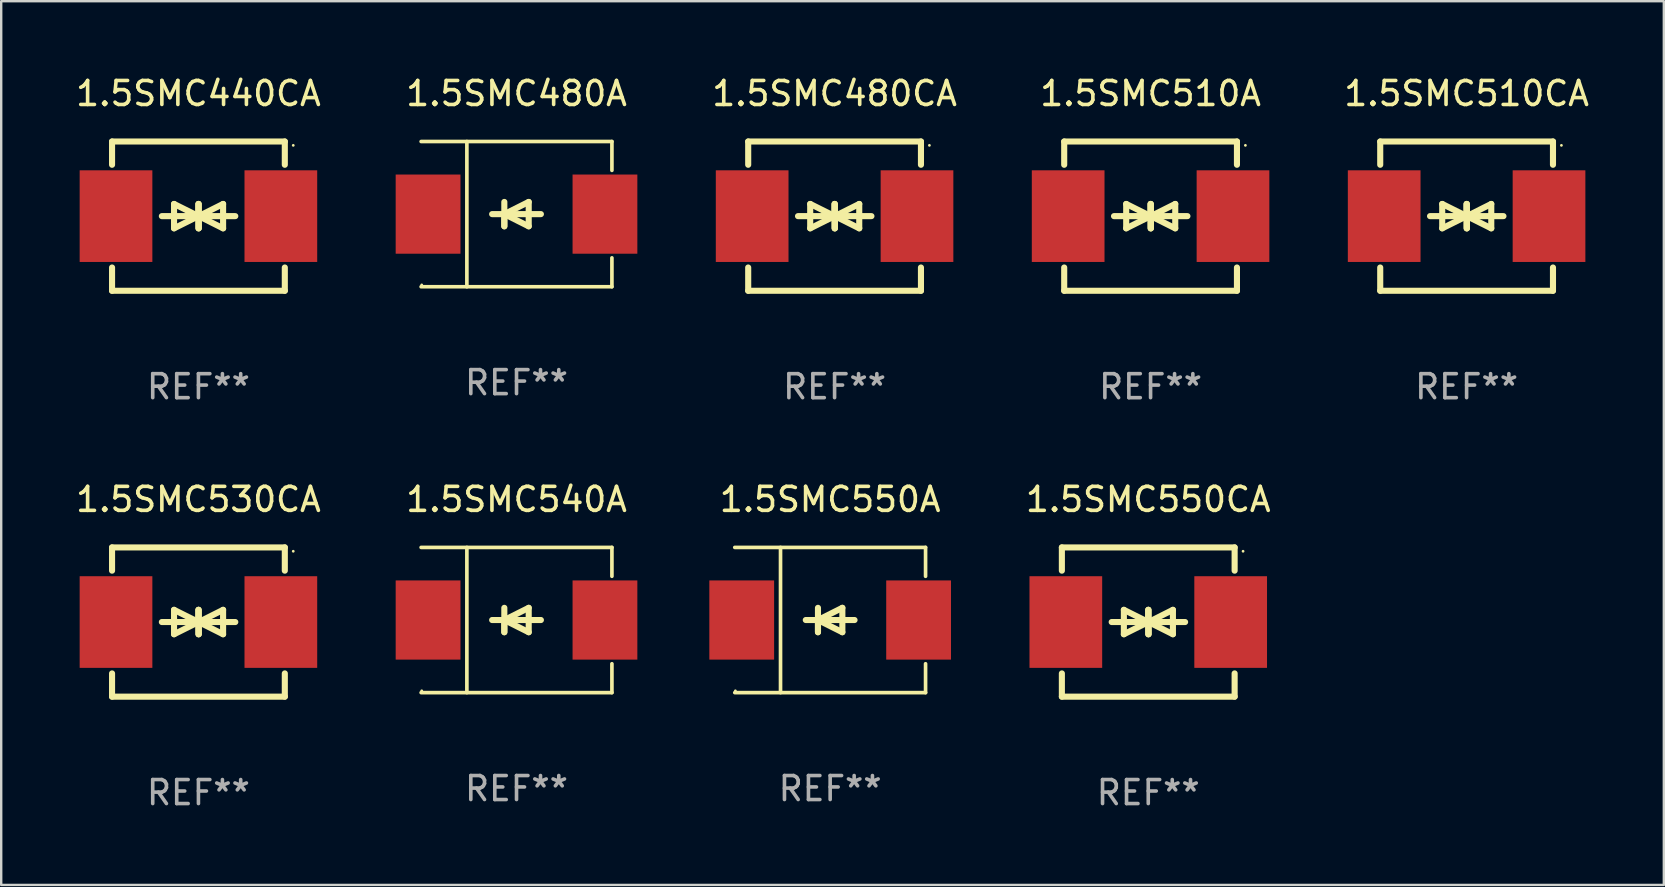
<source format=kicad_pcb>
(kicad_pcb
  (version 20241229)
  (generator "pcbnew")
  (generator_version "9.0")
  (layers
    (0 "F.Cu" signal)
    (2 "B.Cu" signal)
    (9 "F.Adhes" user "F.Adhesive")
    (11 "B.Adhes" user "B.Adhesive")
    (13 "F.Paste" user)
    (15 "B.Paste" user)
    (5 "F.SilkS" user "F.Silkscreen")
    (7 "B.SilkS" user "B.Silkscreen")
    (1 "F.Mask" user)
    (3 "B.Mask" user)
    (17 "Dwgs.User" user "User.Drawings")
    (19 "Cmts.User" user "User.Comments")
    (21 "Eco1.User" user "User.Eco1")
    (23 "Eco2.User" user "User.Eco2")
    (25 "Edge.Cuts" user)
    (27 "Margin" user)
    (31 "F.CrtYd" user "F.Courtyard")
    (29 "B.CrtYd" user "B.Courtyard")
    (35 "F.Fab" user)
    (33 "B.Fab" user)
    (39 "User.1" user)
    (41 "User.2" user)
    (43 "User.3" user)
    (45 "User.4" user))
  (footprint "1.5SMC550A"
    (layer "F.Cu")
    (at 31.549 22.791)
    (property "Reference" "1.5SMC550A" (at 0 -5.026 0) (layer "F.SilkS") (effects (font (size 1 1) (thickness 0.15))))
    (attr through_hole)
    (fp_line (start -3.976 -3.026) (end 3.976 -3.026) (stroke (width 0.152) (type solid)) (layer "F.SilkS"))
    (fp_line (start -3.976 3.026) (end 3.976 3.026) (stroke (width 0.152) (type solid)) (layer "F.SilkS"))
    (fp_line (start -2.069 -3.026) (end -2.069 3.026) (stroke (width 0.152) (type solid)) (layer "F.SilkS"))
    (fp_line (start -0.508 0) (end -0.508 0.508) (stroke (width 0.254) (type solid)) (layer "F.SilkS"))
    (fp_line (start -0.508 0) (end 0.508 0.508) (stroke (width 0.254) (type solid)) (layer "F.SilkS"))
    (fp_line (start -0.508 0.508) (end -0.508 -0.508) (stroke (width 0.254) (type solid)) (layer "F.SilkS"))
    (fp_line (start 0.508 -0.508) (end -0.508 0) (stroke (width 0.254) (type solid)) (layer "F.SilkS"))
    (fp_line (start 0.508 0.508) (end 0.508 -0.508) (stroke (width 0.254) (type solid)) (layer "F.SilkS"))
    (fp_line (start 1.016 0) (end -1.016 0) (stroke (width 0.254) (type solid)) (layer "F.SilkS"))
    (fp_line (start 3.976 -3.026) (end 3.976 -1.823) (stroke (width 0.152) (type solid)) (layer "F.SilkS"))
    (fp_line (start 3.976 3.026) (end 3.976 1.823) (stroke (width 0.152) (type solid)) (layer "F.SilkS"))
    (fp_circle (center -3.95 2.95) (end -3.92 2.95) (stroke (width 0.06) (type solid)) (fill no) (layer "F.SilkS"))
    (fp_text user "REF**" (at 0 7.026 0) (layer "F.Fab") (effects (font (size 1 1) (thickness 0.15))))
    (pad "1" smd rect (at -3.686 0) (size 2.7 3.3) (layers "F.Cu" "F.Mask" "F.Paste"))
    (pad "2" smd rect (at 3.686 0) (size 2.7 3.3) (layers "F.Cu" "F.Mask" "F.Paste")))
  (footprint "1.5SMC510CA"
    (layer "F.Cu")
    (at 58.074 5.958)
    (property "Reference" "1.5SMC510CA" (at 0 -5.11 0) (layer "F.SilkS") (effects (font (size 1 1) (thickness 0.15))))
    (attr through_hole)
    (fp_line (start -3.6 -2.141) (end -3.6 -3.11) (stroke (width 0.254) (type solid)) (layer "F.SilkS"))
    (fp_line (start -3.6 3.11) (end -3.6 2.141) (stroke (width 0.254) (type solid)) (layer "F.SilkS"))
    (fp_line (start -1.524 0) (end 0.508 0) (stroke (width 0.254) (type solid)) (layer "F.SilkS"))
    (fp_line (start -1.016 -0.508) (end -1.016 0.508) (stroke (width 0.254) (type solid)) (layer "F.SilkS"))
    (fp_line (start -1.016 0.508) (end 0 0) (stroke (width 0.254) (type solid)) (layer "F.SilkS"))
    (fp_line (start 0 -0.508) (end 0 0.508) (stroke (width 0.254) (type solid)) (layer "F.SilkS"))
    (fp_line (start 0 0) (end -1.016 -0.508) (stroke (width 0.254) (type solid)) (layer "F.SilkS"))
    (fp_line (start 0 0) (end 0 -0.508) (stroke (width 0.254) (type solid)) (layer "F.SilkS"))
    (fp_line (start 0.012 0) (end 0.012 0.508) (stroke (width 0.254) (type solid)) (layer "F.SilkS"))
    (fp_line (start 0.012 0) (end 1.028 0.508) (stroke (width 0.254) (type solid)) (layer "F.SilkS"))
    (fp_line (start 0.012 0.508) (end 0.012 -0.508) (stroke (width 0.254) (type solid)) (layer "F.SilkS"))
    (fp_line (start 1.028 -0.508) (end 0.012 0) (stroke (width 0.254) (type solid)) (layer "F.SilkS"))
    (fp_line (start 1.028 0.508) (end 1.028 -0.508) (stroke (width 0.254) (type solid)) (layer "F.SilkS"))
    (fp_line (start 1.536 0) (end -0.496 0) (stroke (width 0.254) (type solid)) (layer "F.SilkS"))
    (fp_line (start 3.6 -3.11) (end -3.6 -3.11) (stroke (width 0.254) (type solid)) (layer "F.SilkS"))
    (fp_line (start 3.6 -2.141) (end 3.6 -3.11) (stroke (width 0.254) (type solid)) (layer "F.SilkS"))
    (fp_line (start 3.6 3.11) (end -3.6 3.11) (stroke (width 0.254) (type solid)) (layer "F.SilkS"))
    (fp_line (start 3.6 3.11) (end 3.6 2.141) (stroke (width 0.254) (type solid)) (layer "F.SilkS"))
    (fp_circle (center 3.952 -2.95) (end 3.982 -2.95) (stroke (width 0.06) (type solid)) (fill no) (layer "F.SilkS"))
    (fp_text user "REF**" (at 0 7.11 0) (layer "F.Fab") (effects (font (size 1 1) (thickness 0.15))))
    (pad "1" smd rect (at 3.435 0) (size 3.03 3.82) (layers "F.Cu" "F.Mask" "F.Paste"))
    (pad "2" smd rect (at -3.435 0) (size 3.03 3.82) (layers "F.Cu" "F.Mask" "F.Paste")))
  (footprint "1.5SMC480CA"
    (layer "F.Cu")
    (at 31.733 5.958)
    (property "Reference" "1.5SMC480CA" (at 0 -5.11 0) (layer "F.SilkS") (effects (font (size 1 1) (thickness 0.15))))
    (attr through_hole)
    (fp_line (start -3.6 -2.141) (end -3.6 -3.11) (stroke (width 0.254) (type solid)) (layer "F.SilkS"))
    (fp_line (start -3.6 3.11) (end -3.6 2.141) (stroke (width 0.254) (type solid)) (layer "F.SilkS"))
    (fp_line (start -1.524 0) (end 0.508 0) (stroke (width 0.254) (type solid)) (layer "F.SilkS"))
    (fp_line (start -1.016 -0.508) (end -1.016 0.508) (stroke (width 0.254) (type solid)) (layer "F.SilkS"))
    (fp_line (start -1.016 0.508) (end 0 0) (stroke (width 0.254) (type solid)) (layer "F.SilkS"))
    (fp_line (start 0 -0.508) (end 0 0.508) (stroke (width 0.254) (type solid)) (layer "F.SilkS"))
    (fp_line (start 0 0) (end -1.016 -0.508) (stroke (width 0.254) (type solid)) (layer "F.SilkS"))
    (fp_line (start 0 0) (end 0 -0.508) (stroke (width 0.254) (type solid)) (layer "F.SilkS"))
    (fp_line (start 0.012 0) (end 0.012 0.508) (stroke (width 0.254) (type solid)) (layer "F.SilkS"))
    (fp_line (start 0.012 0) (end 1.028 0.508) (stroke (width 0.254) (type solid)) (layer "F.SilkS"))
    (fp_line (start 0.012 0.508) (end 0.012 -0.508) (stroke (width 0.254) (type solid)) (layer "F.SilkS"))
    (fp_line (start 1.028 -0.508) (end 0.012 0) (stroke (width 0.254) (type solid)) (layer "F.SilkS"))
    (fp_line (start 1.028 0.508) (end 1.028 -0.508) (stroke (width 0.254) (type solid)) (layer "F.SilkS"))
    (fp_line (start 1.536 0) (end -0.496 0) (stroke (width 0.254) (type solid)) (layer "F.SilkS"))
    (fp_line (start 3.6 -3.11) (end -3.6 -3.11) (stroke (width 0.254) (type solid)) (layer "F.SilkS"))
    (fp_line (start 3.6 -2.141) (end 3.6 -3.11) (stroke (width 0.254) (type solid)) (layer "F.SilkS"))
    (fp_line (start 3.6 3.11) (end -3.6 3.11) (stroke (width 0.254) (type solid)) (layer "F.SilkS"))
    (fp_line (start 3.6 3.11) (end 3.6 2.141) (stroke (width 0.254) (type solid)) (layer "F.SilkS"))
    (fp_circle (center 3.952 -2.95) (end 3.982 -2.95) (stroke (width 0.06) (type solid)) (fill no) (layer "F.SilkS"))
    (fp_text user "REF**" (at 0 7.11 0) (layer "F.Fab") (effects (font (size 1 1) (thickness 0.15))))
    (pad "1" smd rect (at 3.435 0) (size 3.03 3.82) (layers "F.Cu" "F.Mask" "F.Paste"))
    (pad "2" smd rect (at -3.435 0) (size 3.03 3.82) (layers "F.Cu" "F.Mask" "F.Paste")))
  (footprint "1.5SMC550CA"
    (layer "F.Cu")
    (at 44.806 22.875)
    (property "Reference" "1.5SMC550CA" (at 0 -5.11 0) (layer "F.SilkS") (effects (font (size 1 1) (thickness 0.15))))
    (attr through_hole)
    (fp_line (start -3.6 -2.141) (end -3.6 -3.11) (stroke (width 0.254) (type solid)) (layer "F.SilkS"))
    (fp_line (start -3.6 3.11) (end -3.6 2.141) (stroke (width 0.254) (type solid)) (layer "F.SilkS"))
    (fp_line (start -1.524 0) (end 0.508 0) (stroke (width 0.254) (type solid)) (layer "F.SilkS"))
    (fp_line (start -1.016 -0.508) (end -1.016 0.508) (stroke (width 0.254) (type solid)) (layer "F.SilkS"))
    (fp_line (start -1.016 0.508) (end 0 0) (stroke (width 0.254) (type solid)) (layer "F.SilkS"))
    (fp_line (start 0 -0.508) (end 0 0.508) (stroke (width 0.254) (type solid)) (layer "F.SilkS"))
    (fp_line (start 0 0) (end -1.016 -0.508) (stroke (width 0.254) (type solid)) (layer "F.SilkS"))
    (fp_line (start 0 0) (end 0 -0.508) (stroke (width 0.254) (type solid)) (layer "F.SilkS"))
    (fp_line (start 0.012 0) (end 0.012 0.508) (stroke (width 0.254) (type solid)) (layer "F.SilkS"))
    (fp_line (start 0.012 0) (end 1.028 0.508) (stroke (width 0.254) (type solid)) (layer "F.SilkS"))
    (fp_line (start 0.012 0.508) (end 0.012 -0.508) (stroke (width 0.254) (type solid)) (layer "F.SilkS"))
    (fp_line (start 1.028 -0.508) (end 0.012 0) (stroke (width 0.254) (type solid)) (layer "F.SilkS"))
    (fp_line (start 1.028 0.508) (end 1.028 -0.508) (stroke (width 0.254) (type solid)) (layer "F.SilkS"))
    (fp_line (start 1.536 0) (end -0.496 0) (stroke (width 0.254) (type solid)) (layer "F.SilkS"))
    (fp_line (start 3.6 -3.11) (end -3.6 -3.11) (stroke (width 0.254) (type solid)) (layer "F.SilkS"))
    (fp_line (start 3.6 -2.141) (end 3.6 -3.11) (stroke (width 0.254) (type solid)) (layer "F.SilkS"))
    (fp_line (start 3.6 3.11) (end -3.6 3.11) (stroke (width 0.254) (type solid)) (layer "F.SilkS"))
    (fp_line (start 3.6 3.11) (end 3.6 2.141) (stroke (width 0.254) (type solid)) (layer "F.SilkS"))
    (fp_circle (center 3.952 -2.95) (end 3.982 -2.95) (stroke (width 0.06) (type solid)) (fill no) (layer "F.SilkS"))
    (fp_text user "REF**" (at 0 7.11 0) (layer "F.Fab") (effects (font (size 1 1) (thickness 0.15))))
    (pad "1" smd rect (at 3.435 0) (size 3.03 3.82) (layers "F.Cu" "F.Mask" "F.Paste"))
    (pad "2" smd rect (at -3.435 0) (size 3.03 3.82) (layers "F.Cu" "F.Mask" "F.Paste")))
  (footprint "1.5SMC530CA"
    (layer "F.Cu")
    (at 5.22 22.875)
    (property "Reference" "1.5SMC530CA" (at 0 -5.11 0) (layer "F.SilkS") (effects (font (size 1 1) (thickness 0.15))))
    (attr through_hole)
    (fp_line (start -3.6 -2.141) (end -3.6 -3.11) (stroke (width 0.254) (type solid)) (layer "F.SilkS"))
    (fp_line (start -3.6 3.11) (end -3.6 2.141) (stroke (width 0.254) (type solid)) (layer "F.SilkS"))
    (fp_line (start -1.524 0) (end 0.508 0) (stroke (width 0.254) (type solid)) (layer "F.SilkS"))
    (fp_line (start -1.016 -0.508) (end -1.016 0.508) (stroke (width 0.254) (type solid)) (layer "F.SilkS"))
    (fp_line (start -1.016 0.508) (end 0 0) (stroke (width 0.254) (type solid)) (layer "F.SilkS"))
    (fp_line (start 0 -0.508) (end 0 0.508) (stroke (width 0.254) (type solid)) (layer "F.SilkS"))
    (fp_line (start 0 0) (end -1.016 -0.508) (stroke (width 0.254) (type solid)) (layer "F.SilkS"))
    (fp_line (start 0 0) (end 0 -0.508) (stroke (width 0.254) (type solid)) (layer "F.SilkS"))
    (fp_line (start 0.012 0) (end 0.012 0.508) (stroke (width 0.254) (type solid)) (layer "F.SilkS"))
    (fp_line (start 0.012 0) (end 1.028 0.508) (stroke (width 0.254) (type solid)) (layer "F.SilkS"))
    (fp_line (start 0.012 0.508) (end 0.012 -0.508) (stroke (width 0.254) (type solid)) (layer "F.SilkS"))
    (fp_line (start 1.028 -0.508) (end 0.012 0) (stroke (width 0.254) (type solid)) (layer "F.SilkS"))
    (fp_line (start 1.028 0.508) (end 1.028 -0.508) (stroke (width 0.254) (type solid)) (layer "F.SilkS"))
    (fp_line (start 1.536 0) (end -0.496 0) (stroke (width 0.254) (type solid)) (layer "F.SilkS"))
    (fp_line (start 3.6 -3.11) (end -3.6 -3.11) (stroke (width 0.254) (type solid)) (layer "F.SilkS"))
    (fp_line (start 3.6 -2.141) (end 3.6 -3.11) (stroke (width 0.254) (type solid)) (layer "F.SilkS"))
    (fp_line (start 3.6 3.11) (end -3.6 3.11) (stroke (width 0.254) (type solid)) (layer "F.SilkS"))
    (fp_line (start 3.6 3.11) (end 3.6 2.141) (stroke (width 0.254) (type solid)) (layer "F.SilkS"))
    (fp_circle (center 3.952 -2.95) (end 3.982 -2.95) (stroke (width 0.06) (type solid)) (fill no) (layer "F.SilkS"))
    (fp_text user "REF**" (at 0 7.11 0) (layer "F.Fab") (effects (font (size 1 1) (thickness 0.15))))
    (pad "1" smd rect (at 3.435 0) (size 3.03 3.82) (layers "F.Cu" "F.Mask" "F.Paste"))
    (pad "2" smd rect (at -3.435 0) (size 3.03 3.82) (layers "F.Cu" "F.Mask" "F.Paste")))
  (footprint "1.5SMC540A"
    (layer "F.Cu")
    (at 18.477 22.791)
    (property "Reference" "1.5SMC540A" (at 0 -5.026 0) (layer "F.SilkS") (effects (font (size 1 1) (thickness 0.15))))
    (attr through_hole)
    (fp_line (start -3.976 -3.026) (end 3.976 -3.026) (stroke (width 0.152) (type solid)) (layer "F.SilkS"))
    (fp_line (start -3.976 3.026) (end 3.976 3.026) (stroke (width 0.152) (type solid)) (layer "F.SilkS"))
    (fp_line (start -2.069 -3.026) (end -2.069 3.026) (stroke (width 0.152) (type solid)) (layer "F.SilkS"))
    (fp_line (start -0.508 0) (end -0.508 0.508) (stroke (width 0.254) (type solid)) (layer "F.SilkS"))
    (fp_line (start -0.508 0) (end 0.508 0.508) (stroke (width 0.254) (type solid)) (layer "F.SilkS"))
    (fp_line (start -0.508 0.508) (end -0.508 -0.508) (stroke (width 0.254) (type solid)) (layer "F.SilkS"))
    (fp_line (start 0.508 -0.508) (end -0.508 0) (stroke (width 0.254) (type solid)) (layer "F.SilkS"))
    (fp_line (start 0.508 0.508) (end 0.508 -0.508) (stroke (width 0.254) (type solid)) (layer "F.SilkS"))
    (fp_line (start 1.016 0) (end -1.016 0) (stroke (width 0.254) (type solid)) (layer "F.SilkS"))
    (fp_line (start 3.976 -3.026) (end 3.976 -1.823) (stroke (width 0.152) (type solid)) (layer "F.SilkS"))
    (fp_line (start 3.976 3.026) (end 3.976 1.823) (stroke (width 0.152) (type solid)) (layer "F.SilkS"))
    (fp_circle (center -3.95 2.95) (end -3.92 2.95) (stroke (width 0.06) (type solid)) (fill no) (layer "F.SilkS"))
    (fp_text user "REF**" (at 0 7.026 0) (layer "F.Fab") (effects (font (size 1 1) (thickness 0.15))))
    (pad "1" smd rect (at -3.686 0) (size 2.7 3.3) (layers "F.Cu" "F.Mask" "F.Paste"))
    (pad "2" smd rect (at 3.686 0) (size 2.7 3.3) (layers "F.Cu" "F.Mask" "F.Paste")))
  (footprint "1.5SMC480A"
    (layer "F.Cu")
    (at 18.477 5.874)
    (property "Reference" "1.5SMC480A" (at 0 -5.026 0) (layer "F.SilkS") (effects (font (size 1 1) (thickness 0.15))))
    (attr through_hole)
    (fp_line (start -3.976 -3.026) (end 3.976 -3.026) (stroke (width 0.152) (type solid)) (layer "F.SilkS"))
    (fp_line (start -3.976 3.026) (end 3.976 3.026) (stroke (width 0.152) (type solid)) (layer "F.SilkS"))
    (fp_line (start -2.069 -3.026) (end -2.069 3.026) (stroke (width 0.152) (type solid)) (layer "F.SilkS"))
    (fp_line (start -0.508 0) (end -0.508 0.508) (stroke (width 0.254) (type solid)) (layer "F.SilkS"))
    (fp_line (start -0.508 0) (end 0.508 0.508) (stroke (width 0.254) (type solid)) (layer "F.SilkS"))
    (fp_line (start -0.508 0.508) (end -0.508 -0.508) (stroke (width 0.254) (type solid)) (layer "F.SilkS"))
    (fp_line (start 0.508 -0.508) (end -0.508 0) (stroke (width 0.254) (type solid)) (layer "F.SilkS"))
    (fp_line (start 0.508 0.508) (end 0.508 -0.508) (stroke (width 0.254) (type solid)) (layer "F.SilkS"))
    (fp_line (start 1.016 0) (end -1.016 0) (stroke (width 0.254) (type solid)) (layer "F.SilkS"))
    (fp_line (start 3.976 -3.026) (end 3.976 -1.823) (stroke (width 0.152) (type solid)) (layer "F.SilkS"))
    (fp_line (start 3.976 3.026) (end 3.976 1.823) (stroke (width 0.152) (type solid)) (layer "F.SilkS"))
    (fp_circle (center -3.95 2.95) (end -3.92 2.95) (stroke (width 0.06) (type solid)) (fill no) (layer "F.SilkS"))
    (fp_text user "REF**" (at 0 7.026 0) (layer "F.Fab") (effects (font (size 1 1) (thickness 0.15))))
    (pad "1" smd rect (at -3.686 0) (size 2.7 3.3) (layers "F.Cu" "F.Mask" "F.Paste"))
    (pad "2" smd rect (at 3.686 0) (size 2.7 3.3) (layers "F.Cu" "F.Mask" "F.Paste")))
  (footprint "1.5SMC510A"
    (layer "F.Cu")
    (at 44.903 5.958)
    (property "Reference" "1.5SMC510A" (at 0 -5.11 0) (layer "F.SilkS") (effects (font (size 1 1) (thickness 0.15))))
    (attr through_hole)
    (fp_line (start -3.6 -2.141) (end -3.6 -3.11) (stroke (width 0.254) (type solid)) (layer "F.SilkS"))
    (fp_line (start -3.6 3.11) (end -3.6 2.141) (stroke (width 0.254) (type solid)) (layer "F.SilkS"))
    (fp_line (start -1.524 0) (end 0.508 0) (stroke (width 0.254) (type solid)) (layer "F.SilkS"))
    (fp_line (start -1.016 -0.508) (end -1.016 0.508) (stroke (width 0.254) (type solid)) (layer "F.SilkS"))
    (fp_line (start -1.016 0.508) (end 0 0) (stroke (width 0.254) (type solid)) (layer "F.SilkS"))
    (fp_line (start 0 -0.508) (end 0 0.508) (stroke (width 0.254) (type solid)) (layer "F.SilkS"))
    (fp_line (start 0 0) (end -1.016 -0.508) (stroke (width 0.254) (type solid)) (layer "F.SilkS"))
    (fp_line (start 0 0) (end 0 -0.508) (stroke (width 0.254) (type solid)) (layer "F.SilkS"))
    (fp_line (start 0.012 0) (end 0.012 0.508) (stroke (width 0.254) (type solid)) (layer "F.SilkS"))
    (fp_line (start 0.012 0) (end 1.028 0.508) (stroke (width 0.254) (type solid)) (layer "F.SilkS"))
    (fp_line (start 0.012 0.508) (end 0.012 -0.508) (stroke (width 0.254) (type solid)) (layer "F.SilkS"))
    (fp_line (start 1.028 -0.508) (end 0.012 0) (stroke (width 0.254) (type solid)) (layer "F.SilkS"))
    (fp_line (start 1.028 0.508) (end 1.028 -0.508) (stroke (width 0.254) (type solid)) (layer "F.SilkS"))
    (fp_line (start 1.536 0) (end -0.496 0) (stroke (width 0.254) (type solid)) (layer "F.SilkS"))
    (fp_line (start 3.6 -3.11) (end -3.6 -3.11) (stroke (width 0.254) (type solid)) (layer "F.SilkS"))
    (fp_line (start 3.6 -2.141) (end 3.6 -3.11) (stroke (width 0.254) (type solid)) (layer "F.SilkS"))
    (fp_line (start 3.6 3.11) (end -3.6 3.11) (stroke (width 0.254) (type solid)) (layer "F.SilkS"))
    (fp_line (start 3.6 3.11) (end 3.6 2.141) (stroke (width 0.254) (type solid)) (layer "F.SilkS"))
    (fp_circle (center 3.952 -2.95) (end 3.982 -2.95) (stroke (width 0.06) (type solid)) (fill no) (layer "F.SilkS"))
    (fp_text user "REF**" (at 0 7.11 0) (layer "F.Fab") (effects (font (size 1 1) (thickness 0.15))))
    (pad "1" smd rect (at 3.435 0) (size 3.03 3.82) (layers "F.Cu" "F.Mask" "F.Paste"))
    (pad "2" smd rect (at -3.435 0) (size 3.03 3.82) (layers "F.Cu" "F.Mask" "F.Paste")))
  (footprint "1.5SMC440CA"
    (layer "F.Cu")
    (at 5.22 5.958)
    (property "Reference" "1.5SMC440CA" (at 0 -5.11 0) (layer "F.SilkS") (effects (font (size 1 1) (thickness 0.15))))
    (attr through_hole)
    (fp_line (start -3.6 -2.141) (end -3.6 -3.11) (stroke (width 0.254) (type solid)) (layer "F.SilkS"))
    (fp_line (start -3.6 3.11) (end -3.6 2.141) (stroke (width 0.254) (type solid)) (layer "F.SilkS"))
    (fp_line (start -1.524 0) (end 0.508 0) (stroke (width 0.254) (type solid)) (layer "F.SilkS"))
    (fp_line (start -1.016 -0.508) (end -1.016 0.508) (stroke (width 0.254) (type solid)) (layer "F.SilkS"))
    (fp_line (start -1.016 0.508) (end 0 0) (stroke (width 0.254) (type solid)) (layer "F.SilkS"))
    (fp_line (start 0 -0.508) (end 0 0.508) (stroke (width 0.254) (type solid)) (layer "F.SilkS"))
    (fp_line (start 0 0) (end -1.016 -0.508) (stroke (width 0.254) (type solid)) (layer "F.SilkS"))
    (fp_line (start 0 0) (end 0 -0.508) (stroke (width 0.254) (type solid)) (layer "F.SilkS"))
    (fp_line (start 0.012 0) (end 0.012 0.508) (stroke (width 0.254) (type solid)) (layer "F.SilkS"))
    (fp_line (start 0.012 0) (end 1.028 0.508) (stroke (width 0.254) (type solid)) (layer "F.SilkS"))
    (fp_line (start 0.012 0.508) (end 0.012 -0.508) (stroke (width 0.254) (type solid)) (layer "F.SilkS"))
    (fp_line (start 1.028 -0.508) (end 0.012 0) (stroke (width 0.254) (type solid)) (layer "F.SilkS"))
    (fp_line (start 1.028 0.508) (end 1.028 -0.508) (stroke (width 0.254) (type solid)) (layer "F.SilkS"))
    (fp_line (start 1.536 0) (end -0.496 0) (stroke (width 0.254) (type solid)) (layer "F.SilkS"))
    (fp_line (start 3.6 -3.11) (end -3.6 -3.11) (stroke (width 0.254) (type solid)) (layer "F.SilkS"))
    (fp_line (start 3.6 -2.141) (end 3.6 -3.11) (stroke (width 0.254) (type solid)) (layer "F.SilkS"))
    (fp_line (start 3.6 3.11) (end -3.6 3.11) (stroke (width 0.254) (type solid)) (layer "F.SilkS"))
    (fp_line (start 3.6 3.11) (end 3.6 2.141) (stroke (width 0.254) (type solid)) (layer "F.SilkS"))
    (fp_circle (center 3.952 -2.95) (end 3.982 -2.95) (stroke (width 0.06) (type solid)) (fill no) (layer "F.SilkS"))
    (fp_text user "REF**" (at 0 7.11 0) (layer "F.Fab") (effects (font (size 1 1) (thickness 0.15))))
    (pad "1" smd rect (at 3.435 0) (size 3.03 3.82) (layers "F.Cu" "F.Mask" "F.Paste"))
    (pad "2" smd rect (at -3.435 0) (size 3.03 3.82) (layers "F.Cu" "F.Mask" "F.Paste")))
  (gr_rect
    (start -3 -3)
    (end 66.294 33.833)
    (stroke (width 0.1) (type default))
    (fill no)
    (layer "Edge.Cuts")))
</source>
